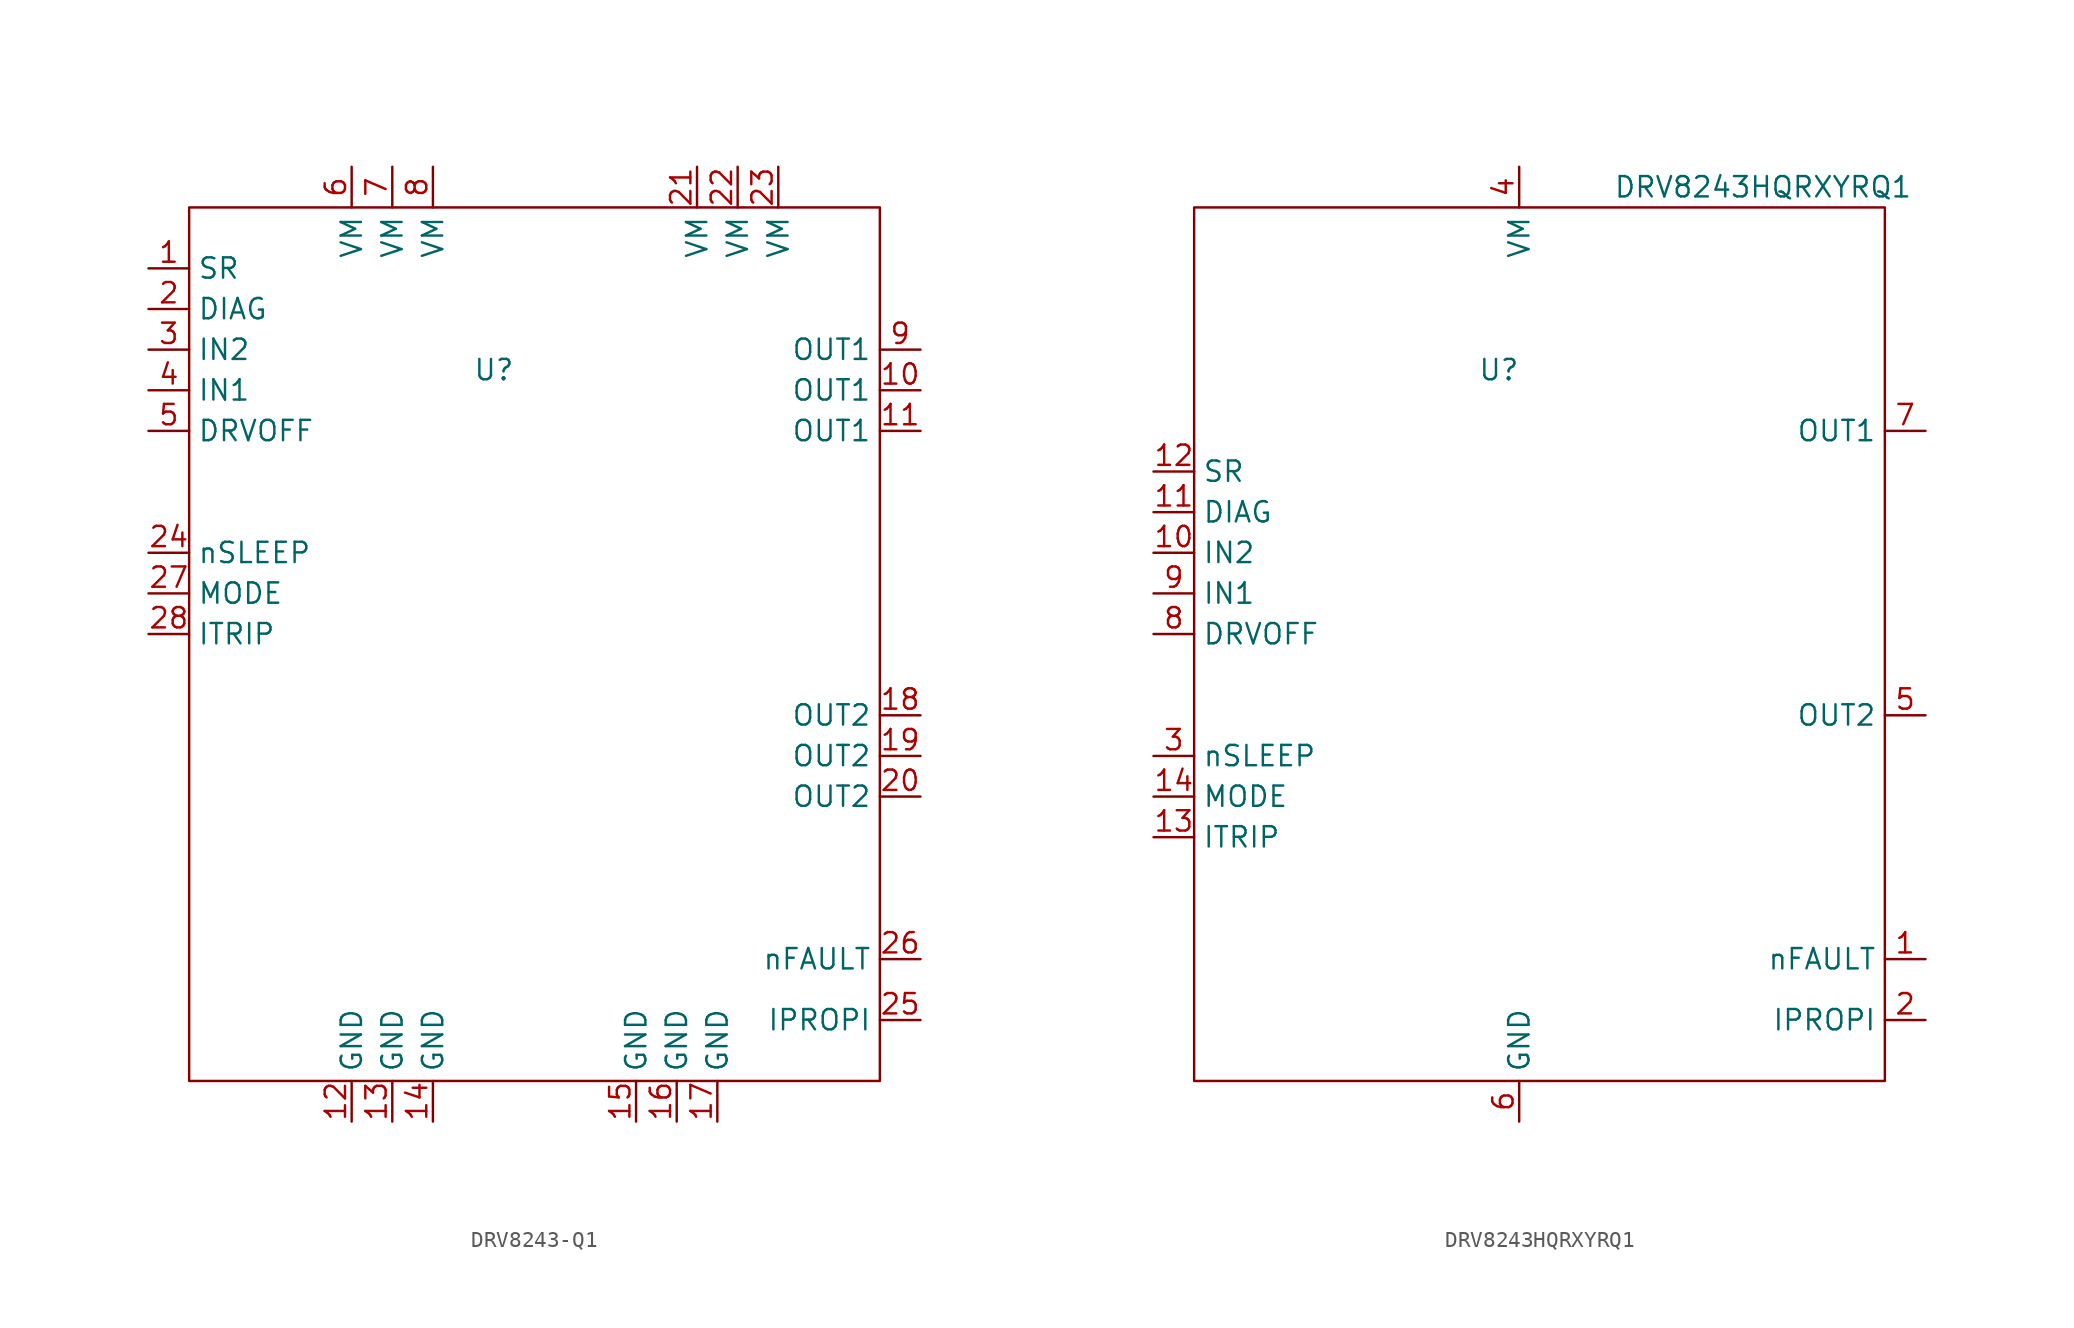
<source format=kicad_sym>
(kicad_symbol_lib
  (version 20220914)
  (generator kicad_symbol_editor)
  (symbol "DRV8243-Q1"
    (property "Reference" "U"
      (at -1.27 -6.35 0)
      (effects (font (size 1.27 1.27))))
    (property "Value" ""
      (at -15.24 -2.54 0)
      (effects (font (size 1.27 1.27))))
    (symbol "DRV8243-Q1_0_1"
      (rectangle (start -20.32 3.81) (end 22.86 -50.8) (stroke (width 0) (type default)) (fill (type none))))
    (symbol "DRV8243-Q1_1_0"
      (pin output line (at 25.4 -7.62 180) (length 2.54) (name "OUT1" (effects (font (size 1.27 1.27)))) (number "10" (effects (font (size 1.27 1.27)))))
      (pin output line (at 25.4 -10.16 180) (length 2.54) (name "OUT1" (effects (font (size 1.27 1.27)))) (number "11" (effects (font (size 1.27 1.27)))))
      (pin power_in line (at -10.16 -53.34 90) (length 2.54) (name "GND" (effects (font (size 1.27 1.27)))) (number "12" (effects (font (size 1.27 1.27)))))
      (pin power_in line (at -7.62 -53.34 90) (length 2.54) (name "GND" (effects (font (size 1.27 1.27)))) (number "13" (effects (font (size 1.27 1.27)))))
      (pin power_in line (at -5.08 -53.34 90) (length 2.54) (name "GND" (effects (font (size 1.27 1.27)))) (number "14" (effects (font (size 1.27 1.27)))))
      (pin power_in line (at 7.62 -53.34 90) (length 2.54) (name "GND" (effects (font (size 1.27 1.27)))) (number "15" (effects (font (size 1.27 1.27)))))
      (pin power_in line (at 10.16 -53.34 90) (length 2.54) (name "GND" (effects (font (size 1.27 1.27)))) (number "16" (effects (font (size 1.27 1.27)))))
      (pin power_in line (at 12.7 -53.34 90) (length 2.54) (name "GND" (effects (font (size 1.27 1.27)))) (number "17" (effects (font (size 1.27 1.27)))))
      (pin output line (at 25.4 -27.94 180) (length 2.54) (name "OUT2" (effects (font (size 1.27 1.27)))) (number "18" (effects (font (size 1.27 1.27)))))
      (pin output line (at 25.4 -30.48 180) (length 2.54) (name "OUT2" (effects (font (size 1.27 1.27)))) (number "19" (effects (font (size 1.27 1.27)))))
      (pin input line (at -22.86 -2.54 0) (length 2.54) (name "DIAG" (effects (font (size 1.27 1.27)))) (number "2" (effects (font (size 1.27 1.27)))))
      (pin output line (at 25.4 -33.02 180) (length 2.54) (name "OUT2" (effects (font (size 1.27 1.27)))) (number "20" (effects (font (size 1.27 1.27)))))
      (pin power_in line (at 11.43 6.35 270) (length 2.54) (name "VM" (effects (font (size 1.27 1.27)))) (number "21" (effects (font (size 1.27 1.27)))))
      (pin power_in line (at 13.97 6.35 270) (length 2.54) (name "VM" (effects (font (size 1.27 1.27)))) (number "22" (effects (font (size 1.27 1.27)))))
      (pin power_in line (at 16.51 6.35 270) (length 2.54) (name "VM" (effects (font (size 1.27 1.27)))) (number "23" (effects (font (size 1.27 1.27)))))
      (pin input line (at -22.86 -17.78 0) (length 2.54) (name "nSLEEP" (effects (font (size 1.27 1.27)))) (number "24" (effects (font (size 1.27 1.27)))))
      (pin output line (at 25.4 -46.99 180) (length 2.54) (name "IPROPI" (effects (font (size 1.27 1.27)))) (number "25" (effects (font (size 1.27 1.27)))))
      (pin open_collector line (at 25.4 -43.18 180) (length 2.54) (name "nFAULT" (effects (font (size 1.27 1.27)))) (number "26" (effects (font (size 1.27 1.27)))))
      (pin input line (at -22.86 -20.32 0) (length 2.54) (name "MODE" (effects (font (size 1.27 1.27)))) (number "27" (effects (font (size 1.27 1.27)))))
      (pin input line (at -22.86 -22.86 0) (length 2.54) (name "ITRIP" (effects (font (size 1.27 1.27)))) (number "28" (effects (font (size 1.27 1.27)))))
      (pin input line (at -22.86 -5.08 0) (length 2.54) (name "IN2" (effects (font (size 1.27 1.27)))) (number "3" (effects (font (size 1.27 1.27)))))
      (pin input line (at -22.86 -7.62 0) (length 2.54) (name "IN1" (effects (font (size 1.27 1.27)))) (number "4" (effects (font (size 1.27 1.27)))))
      (pin input line (at -22.86 -10.16 0) (length 2.54) (name "DRVOFF" (effects (font (size 1.27 1.27)))) (number "5" (effects (font (size 1.27 1.27)))))
      (pin power_in line (at -10.16 6.35 270) (length 2.54) (name "VM" (effects (font (size 1.27 1.27)))) (number "6" (effects (font (size 1.27 1.27)))))
      (pin power_in line (at -7.62 6.35 270) (length 2.54) (name "VM" (effects (font (size 1.27 1.27)))) (number "7" (effects (font (size 1.27 1.27)))))
      (pin power_in line (at -5.08 6.35 270) (length 2.54) (name "VM" (effects (font (size 1.27 1.27)))) (number "8" (effects (font (size 1.27 1.27)))))
      (pin output line (at 25.4 -5.08 180) (length 2.54) (name "OUT1" (effects (font (size 1.27 1.27)))) (number "9" (effects (font (size 1.27 1.27))))))
    (symbol "DRV8243-Q1_1_1"
      (pin input line (at -22.86 0 0) (length 2.54) (name "SR" (effects (font (size 1.27 1.27)))) (number "1" (effects (font (size 1.27 1.27)))))))
  (symbol "DRV8243HQRXYRQ1"
    (property "Reference" "U"
      (at -1.27 -6.35 0)
      (effects (font (size 1.27 1.27))))
    (property "Value" "DRV8243HQRXYRQ1"
      (at 15.24 5.08 0)
      (effects (font (size 1.27 1.27))))
    (symbol "DRV8243HQRXYRQ1_0_1"
      (rectangle (start -20.32 3.81) (end 22.86 -50.8) (stroke (width 0) (type default)) (fill (type none))))
    (symbol "DRV8243HQRXYRQ1_1_0"
      (pin open_collector line (at 25.4 -43.18 180) (length 2.54) (name "nFAULT" (effects (font (size 1.27 1.27)))) (number "1" (effects (font (size 1.27 1.27)))))
      (pin input line (at -22.86 -17.78 0) (length 2.54) (name "IN2" (effects (font (size 1.27 1.27)))) (number "10" (effects (font (size 1.27 1.27)))))
      (pin input line (at -22.86 -15.24 0) (length 2.54) (name "DIAG" (effects (font (size 1.27 1.27)))) (number "11" (effects (font (size 1.27 1.27)))))
      (pin input line (at -22.86 -35.56 0) (length 2.54) (name "ITRIP" (effects (font (size 1.27 1.27)))) (number "13" (effects (font (size 1.27 1.27)))))
      (pin input line (at -22.86 -33.02 0) (length 2.54) (name "MODE" (effects (font (size 1.27 1.27)))) (number "14" (effects (font (size 1.27 1.27)))))
      (pin output line (at 25.4 -46.99 180) (length 2.54) (name "IPROPI" (effects (font (size 1.27 1.27)))) (number "2" (effects (font (size 1.27 1.27)))))
      (pin input line (at -22.86 -30.48 0) (length 2.54) (name "nSLEEP" (effects (font (size 1.27 1.27)))) (number "3" (effects (font (size 1.27 1.27)))))
      (pin power_in line (at 0 6.35 270) (length 2.54) (name "VM" (effects (font (size 1.27 1.27)))) (number "4" (effects (font (size 1.27 1.27)))))
      (pin output line (at 25.4 -27.94 180) (length 2.54) (name "OUT2" (effects (font (size 1.27 1.27)))) (number "5" (effects (font (size 1.27 1.27)))))
      (pin power_in line (at 0 -53.34 90) (length 2.54) (name "GND" (effects (font (size 1.27 1.27)))) (number "6" (effects (font (size 1.27 1.27)))))
      (pin output line (at 25.4 -10.16 180) (length 2.54) (name "OUT1" (effects (font (size 1.27 1.27)))) (number "7" (effects (font (size 1.27 1.27)))))
      (pin input line (at -22.86 -22.86 0) (length 2.54) (name "DRVOFF" (effects (font (size 1.27 1.27)))) (number "8" (effects (font (size 1.27 1.27)))))
      (pin input line (at -22.86 -20.32 0) (length 2.54) (name "IN1" (effects (font (size 1.27 1.27)))) (number "9" (effects (font (size 1.27 1.27))))))
    (symbol "DRV8243HQRXYRQ1_1_1"
      (pin input line (at -22.86 -12.7 0) (length 2.54) (name "SR" (effects (font (size 1.27 1.27)))) (number "12" (effects (font (size 1.27 1.27))))))))
</source>
